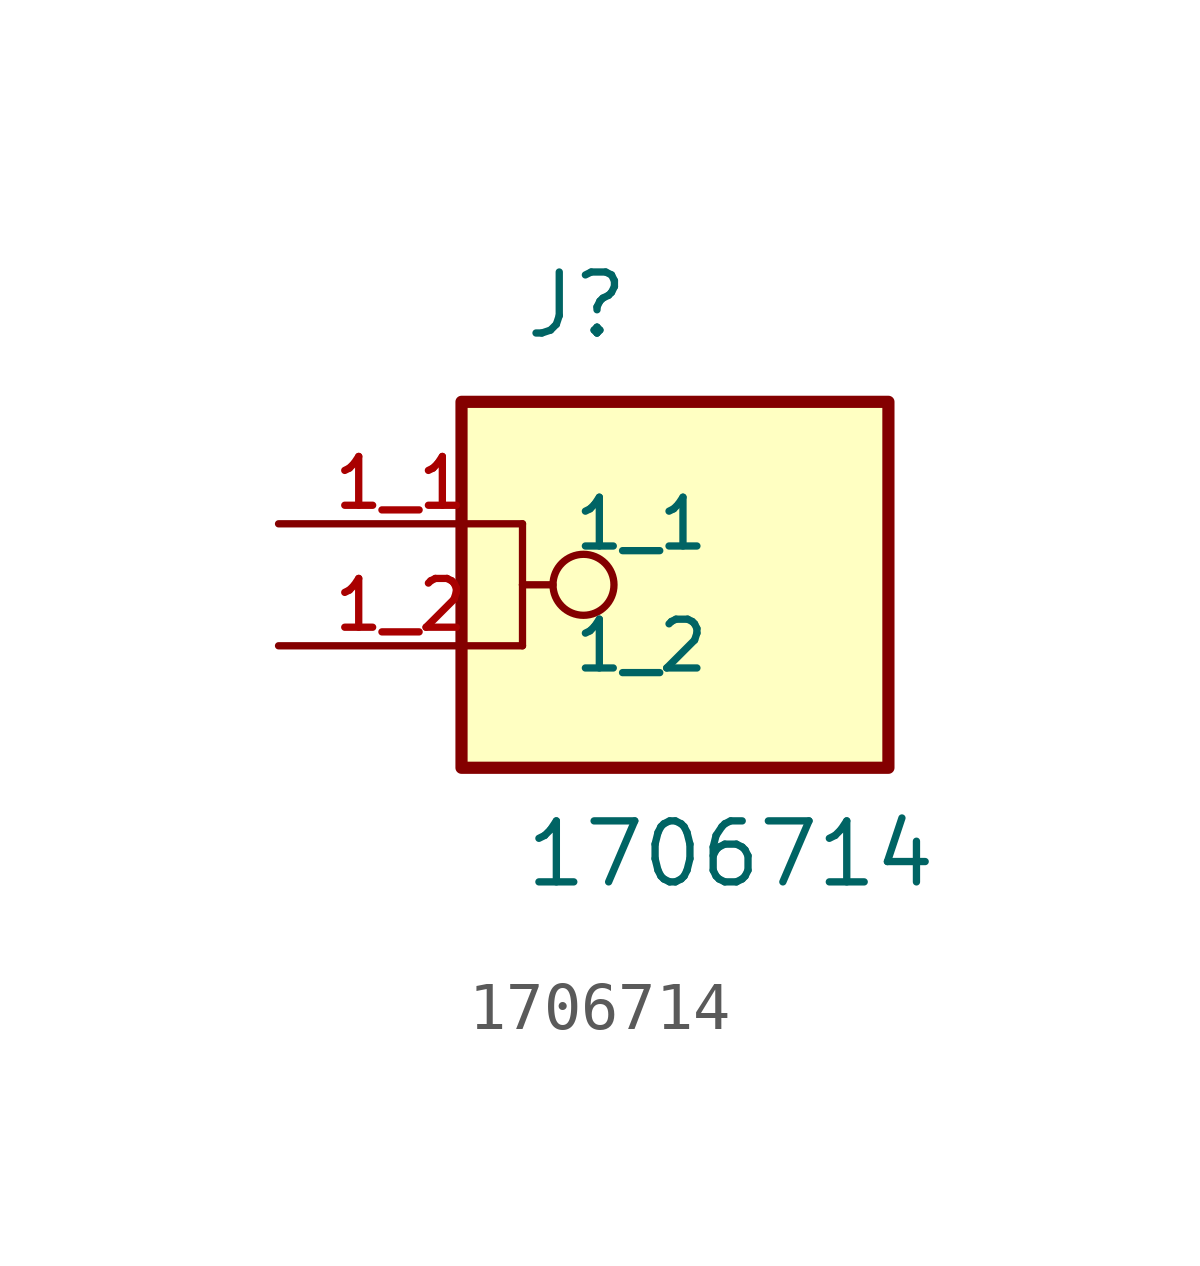
<source format=kicad_sym>
(kicad_symbol_lib
  (version 20211014)
  (generator kicad_symbol_editor)
  (symbol "1706714"
    (pin_names
      (offset 1.016))
    (property "Reference" "J"
      (at -2.54 3.81 0)
      (effects (font (size 1.27 1.27)) (justify bottom left)))
    (property "Value" "1706714"
      (at -2.54 -7.62 0)
      (effects (font (size 1.27 1.27)) (justify bottom left)))
    (symbol "1706714_0_0"
      (circle (center -1.27 -1.27) (radius 0.635) (stroke (width 0.152)) (fill (type none)))
      (polyline (pts (xy -2.54 0.0) (xy -2.54 -1.27)) (stroke (width 0.152)))
      (polyline (pts (xy -2.54 -1.27) (xy -1.905 -1.27)) (stroke (width 0.152)))
      (polyline (pts (xy -2.54 -2.54) (xy -2.54 -1.27)) (stroke (width 0.152)))
      (rectangle (start -3.81 -5.08) (end 5.08 2.54) (stroke (width 0.254)) (fill (type background)))
      (pin passive line (at -7.62 0.0 0) (length 5.08) (name "1_1" (effects (font (size 1.016 1.016)))) (number "1_1" (effects (font (size 1.016 1.016)))))
      (pin passive line (at -7.62 -2.54 0) (length 5.08) (name "1_2" (effects (font (size 1.016 1.016)))) (number "1_2" (effects (font (size 1.016 1.016))))))))
</source>
